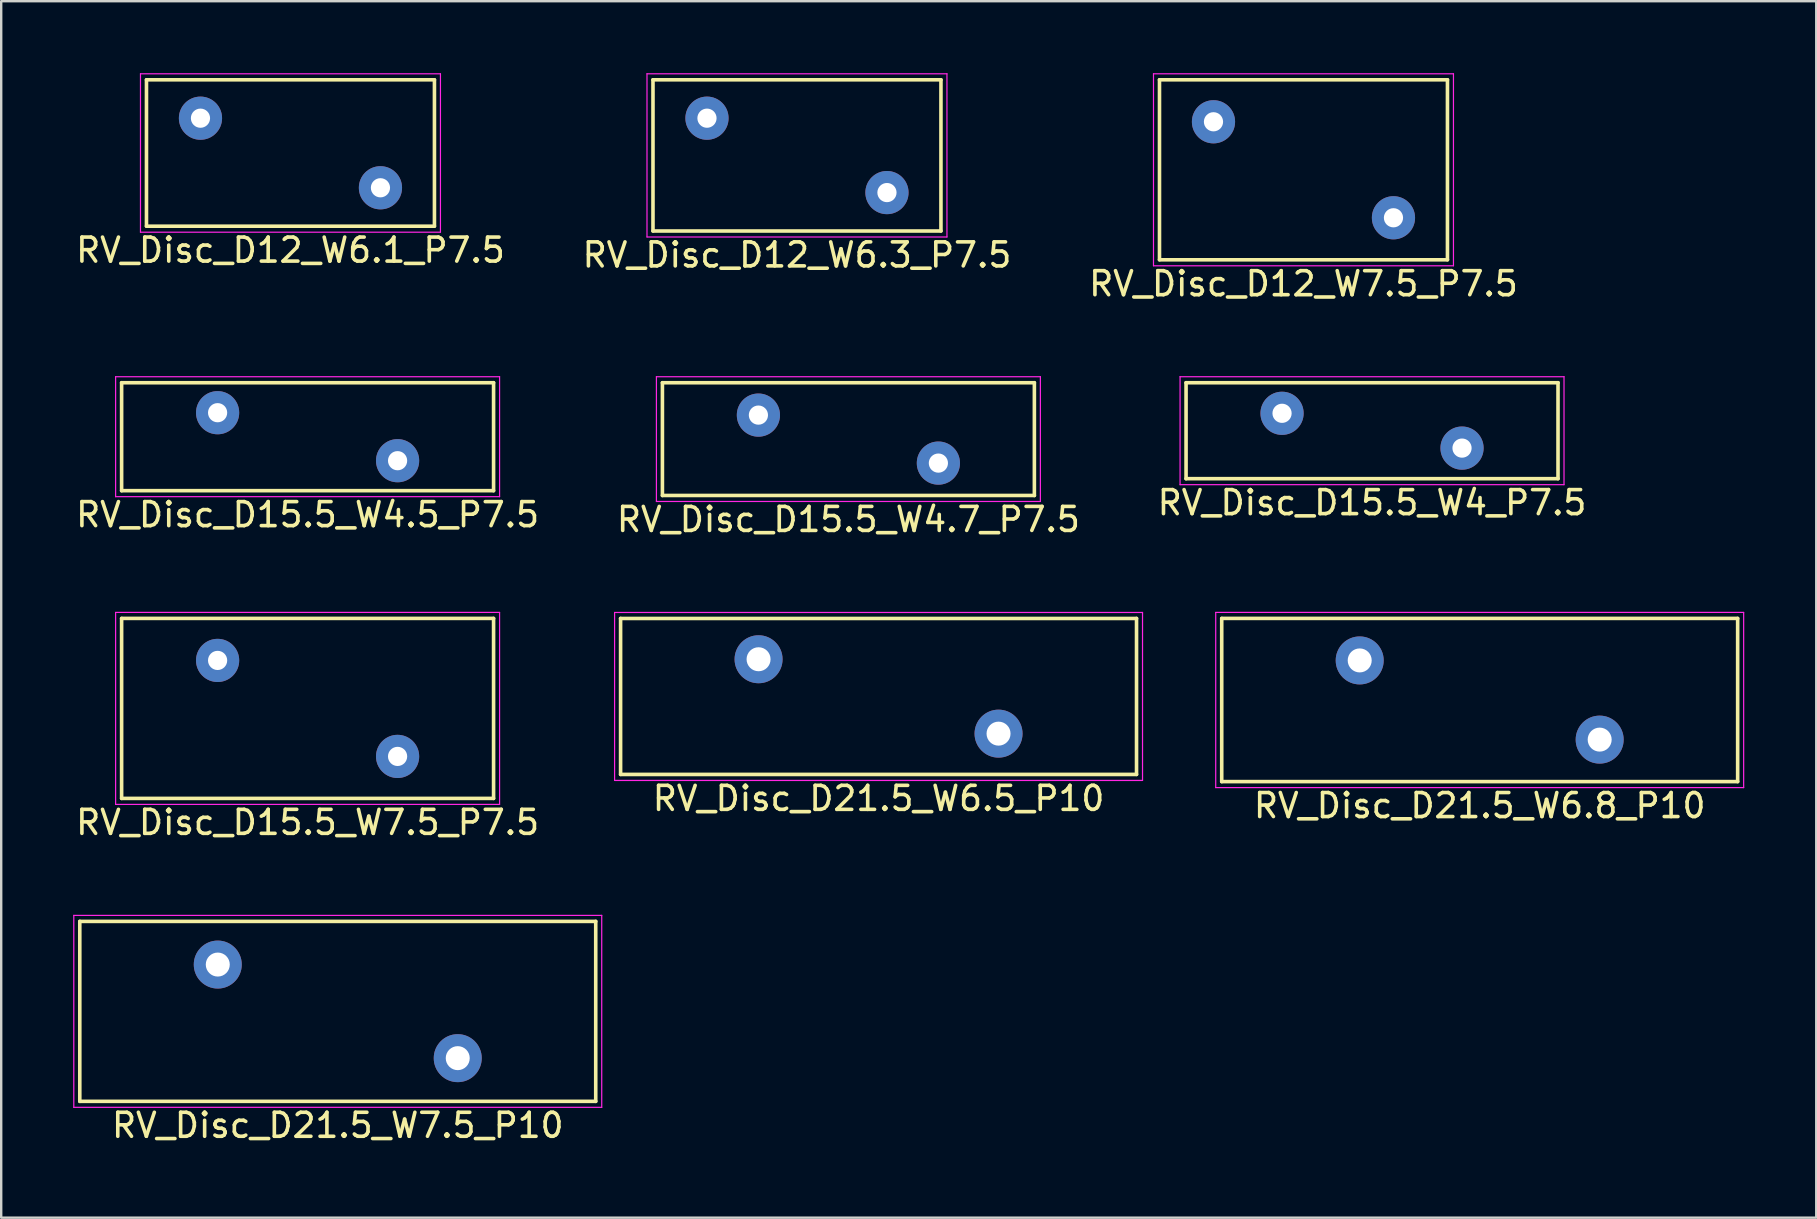
<source format=kicad_pcb>
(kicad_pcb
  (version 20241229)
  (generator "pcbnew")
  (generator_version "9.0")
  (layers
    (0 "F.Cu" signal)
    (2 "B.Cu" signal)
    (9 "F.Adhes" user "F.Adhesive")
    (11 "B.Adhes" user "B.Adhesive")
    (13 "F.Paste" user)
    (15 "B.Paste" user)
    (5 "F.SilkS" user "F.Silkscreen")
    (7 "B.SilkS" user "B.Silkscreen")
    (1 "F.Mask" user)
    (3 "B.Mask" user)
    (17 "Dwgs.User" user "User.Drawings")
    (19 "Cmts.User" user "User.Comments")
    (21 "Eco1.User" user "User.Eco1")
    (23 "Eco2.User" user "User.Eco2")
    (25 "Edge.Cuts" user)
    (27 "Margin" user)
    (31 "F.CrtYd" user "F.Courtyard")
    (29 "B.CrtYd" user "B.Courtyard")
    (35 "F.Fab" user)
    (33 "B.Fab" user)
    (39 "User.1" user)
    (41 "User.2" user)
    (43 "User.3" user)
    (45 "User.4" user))
  (footprint "RV_Disc_D12_W6.3_P7.5"
    (layer "F.Cu")
    (at 26.411 1.875)
    (property "Reference" "RV_Disc_D12_W6.3_P7.5" (at 3.75 5.7 0) (layer "F.SilkS") (effects (font (size 1 1) (thickness 0.15))))
    (attr through_hole)
    (fp_line (start -2.25 -1.6) (end -2.25 4.7) (stroke (width 0.15) (type solid)) (layer "F.SilkS"))
    (fp_line (start -2.25 -1.6) (end 9.75 -1.6) (stroke (width 0.15) (type solid)) (layer "F.SilkS"))
    (fp_line (start -2.25 4.7) (end 9.75 4.7) (stroke (width 0.15) (type solid)) (layer "F.SilkS"))
    (fp_line (start 9.75 -1.6) (end 9.75 4.7) (stroke (width 0.15) (type solid)) (layer "F.SilkS"))
    (fp_line (start -2.5 -1.85) (end -2.5 4.95) (stroke (width 0.05) (type solid)) (layer "F.CrtYd"))
    (fp_line (start -2.5 -1.85) (end 10 -1.85) (stroke (width 0.05) (type solid)) (layer "F.CrtYd"))
    (fp_line (start -2.5 4.95) (end 10 4.95) (stroke (width 0.05) (type solid)) (layer "F.CrtYd"))
    (fp_line (start 10 -1.85) (end 10 4.95) (stroke (width 0.05) (type solid)) (layer "F.CrtYd"))
    (pad "1" thru_hole circle (at 0 0) (size 1.8 1.8) (drill 0.8) (layers "*.Cu" "*.Mask"))
    (pad "2" thru_hole circle (at 7.5 3.1) (size 1.8 1.8) (drill 0.8) (layers "*.Cu" "*.Mask")))
  (footprint "RV_Disc_D15.5_W4.7_P7.5"
    (layer "F.Cu")
    (at 28.554 14.248)
    (property "Reference" "RV_Disc_D15.5_W4.7_P7.5" (at 3.75 4.35 0) (layer "F.SilkS") (effects (font (size 1 1) (thickness 0.15))))
    (attr through_hole)
    (fp_line (start -4 -1.35) (end -4 3.35) (stroke (width 0.15) (type solid)) (layer "F.SilkS"))
    (fp_line (start -4 -1.35) (end 11.5 -1.35) (stroke (width 0.15) (type solid)) (layer "F.SilkS"))
    (fp_line (start -4 3.35) (end 11.5 3.35) (stroke (width 0.15) (type solid)) (layer "F.SilkS"))
    (fp_line (start 11.5 -1.35) (end 11.5 3.35) (stroke (width 0.15) (type solid)) (layer "F.SilkS"))
    (fp_line (start -4.25 -1.6) (end -4.25 3.6) (stroke (width 0.05) (type solid)) (layer "F.CrtYd"))
    (fp_line (start -4.25 -1.6) (end 11.75 -1.6) (stroke (width 0.05) (type solid)) (layer "F.CrtYd"))
    (fp_line (start -4.25 3.6) (end 11.75 3.6) (stroke (width 0.05) (type solid)) (layer "F.CrtYd"))
    (fp_line (start 11.75 -1.6) (end 11.75 3.6) (stroke (width 0.05) (type solid)) (layer "F.CrtYd"))
    (pad "1" thru_hole circle (at 0 0) (size 1.8 1.8) (drill 0.8) (layers "*.Cu" "*.Mask"))
    (pad "2" thru_hole circle (at 7.5 2) (size 1.8 1.8) (drill 0.8) (layers "*.Cu" "*.Mask")))
  (footprint "RV_Disc_D15.5_W4.5_P7.5"
    (layer "F.Cu")
    (at 6.018 14.148)
    (property "Reference" "RV_Disc_D15.5_W4.5_P7.5" (at 3.75 4.25 0) (layer "F.SilkS") (effects (font (size 1 1) (thickness 0.15))))
    (attr through_hole)
    (fp_line (start -4 -1.25) (end -4 3.25) (stroke (width 0.15) (type solid)) (layer "F.SilkS"))
    (fp_line (start -4 -1.25) (end 11.5 -1.25) (stroke (width 0.15) (type solid)) (layer "F.SilkS"))
    (fp_line (start -4 3.25) (end 11.5 3.25) (stroke (width 0.15) (type solid)) (layer "F.SilkS"))
    (fp_line (start 11.5 -1.25) (end 11.5 3.25) (stroke (width 0.15) (type solid)) (layer "F.SilkS"))
    (fp_line (start -4.25 -1.5) (end -4.25 3.5) (stroke (width 0.05) (type solid)) (layer "F.CrtYd"))
    (fp_line (start -4.25 -1.5) (end 11.75 -1.5) (stroke (width 0.05) (type solid)) (layer "F.CrtYd"))
    (fp_line (start -4.25 3.5) (end 11.75 3.5) (stroke (width 0.05) (type solid)) (layer "F.CrtYd"))
    (fp_line (start 11.75 -1.5) (end 11.75 3.5) (stroke (width 0.05) (type solid)) (layer "F.CrtYd"))
    (pad "1" thru_hole circle (at 0 0) (size 1.8 1.8) (drill 0.8) (layers "*.Cu" "*.Mask"))
    (pad "2" thru_hole circle (at 7.5 2) (size 1.8 1.8) (drill 0.8) (layers "*.Cu" "*.Mask")))
  (footprint "RV_Disc_D21.5_W6.8_P10"
    (layer "F.Cu")
    (at 53.611 24.471)
    (property "Reference" "RV_Disc_D21.5_W6.8_P10" (at 5 6.05 0) (layer "F.SilkS") (effects (font (size 1 1) (thickness 0.15))))
    (attr through_hole)
    (fp_line (start -5.75 -1.75) (end -5.75 5.05) (stroke (width 0.15) (type solid)) (layer "F.SilkS"))
    (fp_line (start -5.75 -1.75) (end 15.75 -1.75) (stroke (width 0.15) (type solid)) (layer "F.SilkS"))
    (fp_line (start -5.75 5.05) (end 15.75 5.05) (stroke (width 0.15) (type solid)) (layer "F.SilkS"))
    (fp_line (start 15.75 -1.75) (end 15.75 5.05) (stroke (width 0.15) (type solid)) (layer "F.SilkS"))
    (fp_line (start -6 -2) (end -6 5.3) (stroke (width 0.05) (type solid)) (layer "F.CrtYd"))
    (fp_line (start -6 -2) (end 16 -2) (stroke (width 0.05) (type solid)) (layer "F.CrtYd"))
    (fp_line (start -6 5.3) (end 16 5.3) (stroke (width 0.05) (type solid)) (layer "F.CrtYd"))
    (fp_line (start 16 -2) (end 16 5.3) (stroke (width 0.05) (type solid)) (layer "F.CrtYd"))
    (pad "1" thru_hole circle (at 0 0) (size 2 2) (drill 1) (layers "*.Cu" "*.Mask"))
    (pad "2" thru_hole circle (at 10 3.3) (size 2 2) (drill 1) (layers "*.Cu" "*.Mask")))
  (footprint "RV_Disc_D21.5_W6.5_P10"
    (layer "F.Cu")
    (at 28.561 24.422)
    (property "Reference" "RV_Disc_D21.5_W6.5_P10" (at 5 5.8 0) (layer "F.SilkS") (effects (font (size 1 1) (thickness 0.15))))
    (attr through_hole)
    (fp_line (start -5.75 -1.7) (end -5.75 4.8) (stroke (width 0.15) (type solid)) (layer "F.SilkS"))
    (fp_line (start -5.75 -1.7) (end 15.75 -1.7) (stroke (width 0.15) (type solid)) (layer "F.SilkS"))
    (fp_line (start -5.75 4.8) (end 15.75 4.8) (stroke (width 0.15) (type solid)) (layer "F.SilkS"))
    (fp_line (start 15.75 -1.7) (end 15.75 4.8) (stroke (width 0.15) (type solid)) (layer "F.SilkS"))
    (fp_line (start -6 -1.95) (end -6 5.05) (stroke (width 0.05) (type solid)) (layer "F.CrtYd"))
    (fp_line (start -6 -1.95) (end 16 -1.95) (stroke (width 0.05) (type solid)) (layer "F.CrtYd"))
    (fp_line (start -6 5.05) (end 16 5.05) (stroke (width 0.05) (type solid)) (layer "F.CrtYd"))
    (fp_line (start 16 -1.95) (end 16 5.05) (stroke (width 0.05) (type solid)) (layer "F.CrtYd"))
    (pad "1" thru_hole circle (at 0 0) (size 2 2) (drill 1) (layers "*.Cu" "*.Mask"))
    (pad "2" thru_hole circle (at 10 3.1) (size 2 2) (drill 1) (layers "*.Cu" "*.Mask")))
  (footprint "RV_Disc_D21.5_W7.5_P10"
    (layer "F.Cu")
    (at 6.025 37.145)
    (property "Reference" "RV_Disc_D21.5_W7.5_P10" (at 5 6.7 0) (layer "F.SilkS") (effects (font (size 1 1) (thickness 0.15))))
    (attr through_hole)
    (fp_line (start -5.75 -1.8) (end -5.75 5.7) (stroke (width 0.15) (type solid)) (layer "F.SilkS"))
    (fp_line (start -5.75 -1.8) (end 15.75 -1.8) (stroke (width 0.15) (type solid)) (layer "F.SilkS"))
    (fp_line (start -5.75 5.7) (end 15.75 5.7) (stroke (width 0.15) (type solid)) (layer "F.SilkS"))
    (fp_line (start 15.75 -1.8) (end 15.75 5.7) (stroke (width 0.15) (type solid)) (layer "F.SilkS"))
    (fp_line (start -6 -2.05) (end -6 5.95) (stroke (width 0.05) (type solid)) (layer "F.CrtYd"))
    (fp_line (start -6 -2.05) (end 16 -2.05) (stroke (width 0.05) (type solid)) (layer "F.CrtYd"))
    (fp_line (start -6 5.95) (end 16 5.95) (stroke (width 0.05) (type solid)) (layer "F.CrtYd"))
    (fp_line (start 16 -2.05) (end 16 5.95) (stroke (width 0.05) (type solid)) (layer "F.CrtYd"))
    (pad "1" thru_hole circle (at 0 0) (size 2 2) (drill 1) (layers "*.Cu" "*.Mask"))
    (pad "2" thru_hole circle (at 10 3.9) (size 2 2) (drill 1) (layers "*.Cu" "*.Mask")))
  (footprint "RV_Disc_D15.5_W7.5_P7.5"
    (layer "F.Cu")
    (at 6.018 24.471)
    (property "Reference" "RV_Disc_D15.5_W7.5_P7.5" (at 3.75 6.75 0) (layer "F.SilkS") (effects (font (size 1 1) (thickness 0.15))))
    (attr through_hole)
    (fp_line (start -4 -1.75) (end -4 5.75) (stroke (width 0.15) (type solid)) (layer "F.SilkS"))
    (fp_line (start -4 -1.75) (end 11.5 -1.75) (stroke (width 0.15) (type solid)) (layer "F.SilkS"))
    (fp_line (start -4 5.75) (end 11.5 5.75) (stroke (width 0.15) (type solid)) (layer "F.SilkS"))
    (fp_line (start 11.5 -1.75) (end 11.5 5.75) (stroke (width 0.15) (type solid)) (layer "F.SilkS"))
    (fp_line (start -4.25 -2) (end -4.25 6) (stroke (width 0.05) (type solid)) (layer "F.CrtYd"))
    (fp_line (start -4.25 -2) (end 11.75 -2) (stroke (width 0.05) (type solid)) (layer "F.CrtYd"))
    (fp_line (start -4.25 6) (end 11.75 6) (stroke (width 0.05) (type solid)) (layer "F.CrtYd"))
    (fp_line (start 11.75 -2) (end 11.75 6) (stroke (width 0.05) (type solid)) (layer "F.CrtYd"))
    (pad "1" thru_hole circle (at 0 0) (size 1.8 1.8) (drill 0.8) (layers "*.Cu" "*.Mask"))
    (pad "2" thru_hole circle (at 7.5 4) (size 1.8 1.8) (drill 0.8) (layers "*.Cu" "*.Mask")))
  (footprint "RV_Disc_D12_W7.5_P7.5"
    (layer "F.Cu")
    (at 47.518 2.025)
    (property "Reference" "RV_Disc_D12_W7.5_P7.5" (at 3.75 6.75 0) (layer "F.SilkS") (effects (font (size 1 1) (thickness 0.15))))
    (attr through_hole)
    (fp_line (start -2.25 -1.75) (end -2.25 5.75) (stroke (width 0.15) (type solid)) (layer "F.SilkS"))
    (fp_line (start -2.25 -1.75) (end 9.75 -1.75) (stroke (width 0.15) (type solid)) (layer "F.SilkS"))
    (fp_line (start -2.25 5.75) (end 9.75 5.75) (stroke (width 0.15) (type solid)) (layer "F.SilkS"))
    (fp_line (start 9.75 -1.75) (end 9.75 5.75) (stroke (width 0.15) (type solid)) (layer "F.SilkS"))
    (fp_line (start -2.5 -2) (end -2.5 6) (stroke (width 0.05) (type solid)) (layer "F.CrtYd"))
    (fp_line (start -2.5 -2) (end 10 -2) (stroke (width 0.05) (type solid)) (layer "F.CrtYd"))
    (fp_line (start -2.5 6) (end 10 6) (stroke (width 0.05) (type solid)) (layer "F.CrtYd"))
    (fp_line (start 10 -2) (end 10 6) (stroke (width 0.05) (type solid)) (layer "F.CrtYd"))
    (pad "1" thru_hole circle (at 0 0) (size 1.8 1.8) (drill 0.8) (layers "*.Cu" "*.Mask"))
    (pad "2" thru_hole circle (at 7.5 4) (size 1.8 1.8) (drill 0.8) (layers "*.Cu" "*.Mask")))
  (footprint "RV_Disc_D12_W6.1_P7.5"
    (layer "F.Cu")
    (at 5.304 1.875)
    (property "Reference" "RV_Disc_D12_W6.1_P7.5" (at 3.75 5.5 0) (layer "F.SilkS") (effects (font (size 1 1) (thickness 0.15))))
    (attr through_hole)
    (fp_line (start -2.25 -1.6) (end -2.25 4.5) (stroke (width 0.15) (type solid)) (layer "F.SilkS"))
    (fp_line (start -2.25 -1.6) (end 9.75 -1.6) (stroke (width 0.15) (type solid)) (layer "F.SilkS"))
    (fp_line (start -2.25 4.5) (end 9.75 4.5) (stroke (width 0.15) (type solid)) (layer "F.SilkS"))
    (fp_line (start 9.75 -1.6) (end 9.75 4.5) (stroke (width 0.15) (type solid)) (layer "F.SilkS"))
    (fp_line (start -2.5 -1.85) (end -2.5 4.75) (stroke (width 0.05) (type solid)) (layer "F.CrtYd"))
    (fp_line (start -2.5 -1.85) (end 10 -1.85) (stroke (width 0.05) (type solid)) (layer "F.CrtYd"))
    (fp_line (start -2.5 4.75) (end 10 4.75) (stroke (width 0.05) (type solid)) (layer "F.CrtYd"))
    (fp_line (start 10 -1.85) (end 10 4.75) (stroke (width 0.05) (type solid)) (layer "F.CrtYd"))
    (pad "1" thru_hole circle (at 0 0) (size 1.8 1.8) (drill 0.8) (layers "*.Cu" "*.Mask"))
    (pad "2" thru_hole circle (at 7.5 2.9) (size 1.8 1.8) (drill 0.8) (layers "*.Cu" "*.Mask")))
  (footprint "RV_Disc_D15.5_W4_P7.5"
    (layer "F.Cu")
    (at 50.375 14.173)
    (property "Reference" "RV_Disc_D15.5_W4_P7.5" (at 3.75 3.725 0) (layer "F.SilkS") (effects (font (size 1 1) (thickness 0.15))))
    (attr through_hole)
    (fp_line (start -4 -1.275) (end -4 2.725) (stroke (width 0.15) (type solid)) (layer "F.SilkS"))
    (fp_line (start -4 -1.275) (end 11.5 -1.275) (stroke (width 0.15) (type solid)) (layer "F.SilkS"))
    (fp_line (start -4 2.725) (end 11.5 2.725) (stroke (width 0.15) (type solid)) (layer "F.SilkS"))
    (fp_line (start 11.5 -1.275) (end 11.5 2.725) (stroke (width 0.15) (type solid)) (layer "F.SilkS"))
    (fp_line (start -4.25 -1.525) (end -4.25 2.975) (stroke (width 0.05) (type solid)) (layer "F.CrtYd"))
    (fp_line (start -4.25 -1.525) (end 11.75 -1.525) (stroke (width 0.05) (type solid)) (layer "F.CrtYd"))
    (fp_line (start -4.25 2.975) (end 11.75 2.975) (stroke (width 0.05) (type solid)) (layer "F.CrtYd"))
    (fp_line (start 11.75 -1.525) (end 11.75 2.975) (stroke (width 0.05) (type solid)) (layer "F.CrtYd"))
    (pad "1" thru_hole circle (at 0 0) (size 1.8 1.8) (drill 0.8) (layers "*.Cu" "*.Mask"))
    (pad "2" thru_hole circle (at 7.5 1.45) (size 1.8 1.8) (drill 0.8) (layers "*.Cu" "*.Mask")))
  (gr_rect
    (start -3 -3)
    (end 72.636 47.693)
    (stroke (width 0.1) (type default))
    (fill no)
    (layer "Edge.Cuts")))
</source>
